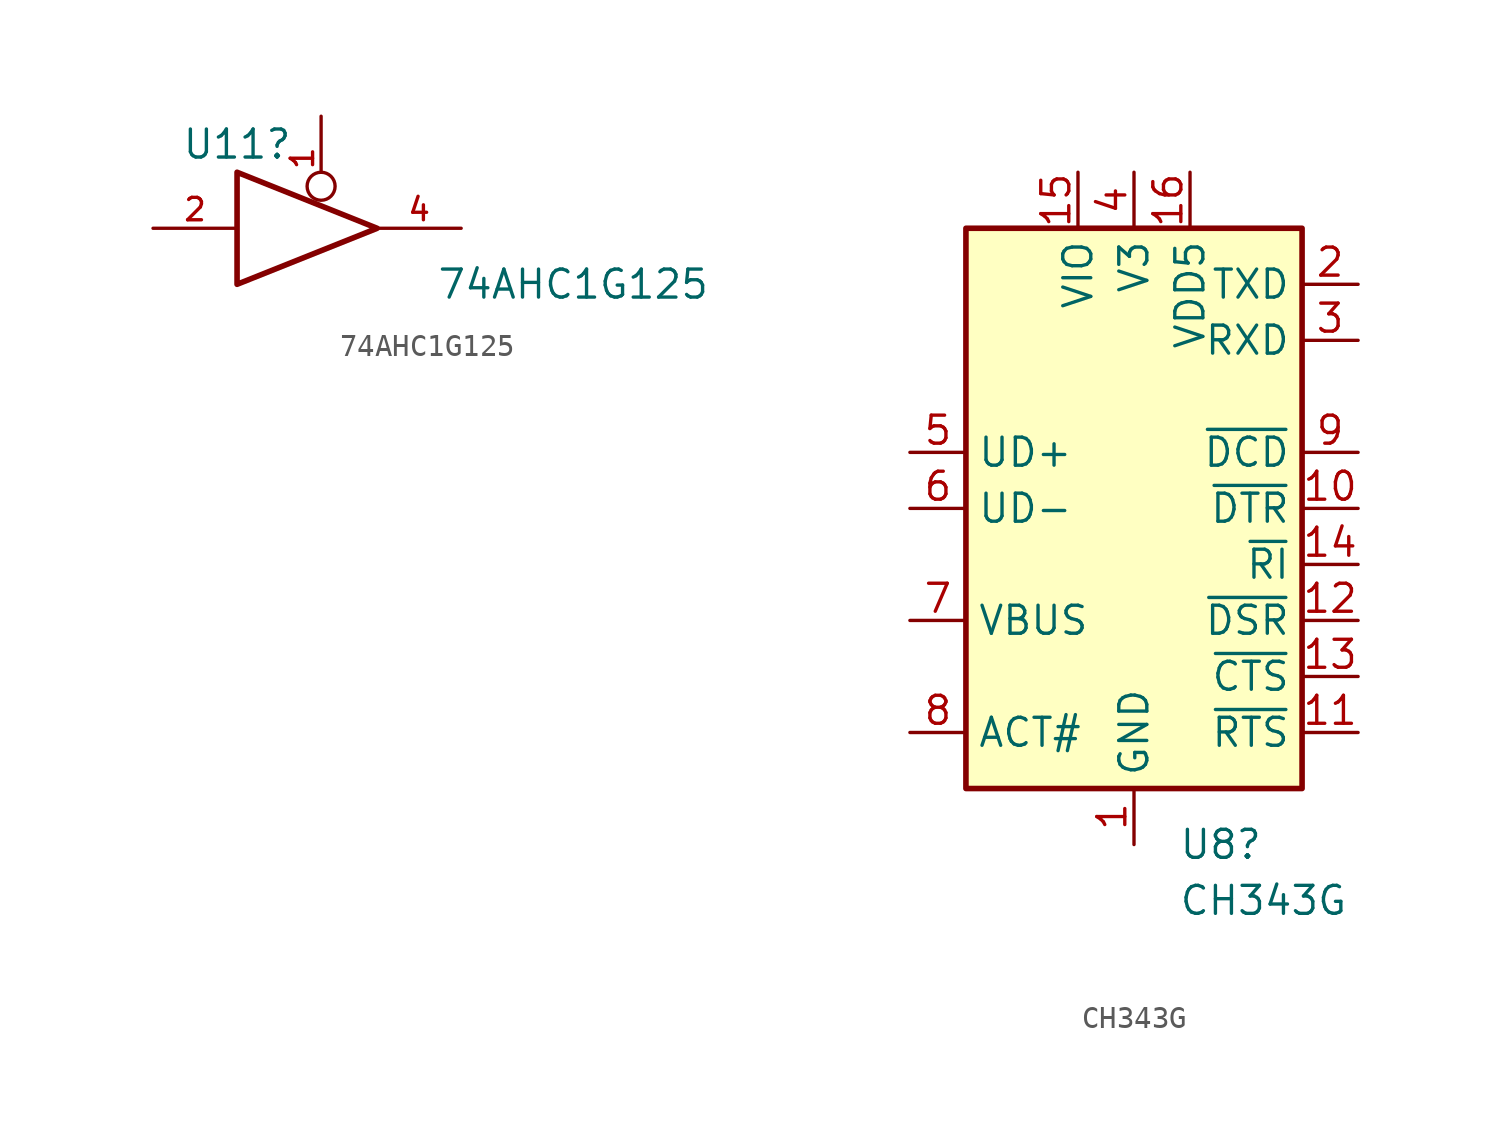
<source format=kicad_sym>
(kicad_symbol_lib
  (version 20220914)
  (generator kicad_symbol_editor)
  (symbol "74AHC1G125"
    (pin_names
      (offset 1.016))
    (property "Reference" "U11"
      (at -3.81 3.81 0)
      (effects (font (size 1.27 1.27))))
    (property "Value" "74AHC1G125"
      (at 11.43 -2.54 0)
      (effects (font (size 1.27 1.27))))
    (symbol "74AHC1G125_0_1"
      (polyline (pts (xy -3.81 2.54) (xy -3.81 -2.54) (xy 2.54 0) (xy -3.81 2.54)) (stroke (width 0.254) (type default)) (fill (type none))))
    (symbol "74AHC1G125_1_1"
      (pin input inverted (at 0 5.08 270) (length 3.81) (name "~" (effects (font (size 1.016 1.016)))) (number "1" (effects (font (size 1.016 1.016)))))
      (pin input line (at -7.62 0 0) (length 3.81) (name "~" (effects (font (size 1.016 1.016)))) (number "2" (effects (font (size 1.016 1.016)))))
      (pin power_in line (at 1.27 -1.27 270) (length 0) hide (name "GND" (effects (font (size 1.016 1.016)))) (number "3" (effects (font (size 1.016 1.016)))))
      (pin tri_state line (at 6.35 0 180) (length 3.81) (name "~" (effects (font (size 1.016 1.016)))) (number "4" (effects (font (size 1.016 1.016)))))
      (pin power_in line (at 1.27 1.27 90) (length 0) hide (name "VCC" (effects (font (size 1.016 1.016)))) (number "5" (effects (font (size 1.016 1.016)))))))
  (symbol "CH343G"
    (property "Reference" "U8"
      (at 2.019 -15.24 0)
      (effects (font (size 1.27 1.27)) (justify left)))
    (property "Value" "CH343G"
      (at 2.019 -17.78 0)
      (effects (font (size 1.27 1.27)) (justify left)))
    (symbol "CH343G_0_1"
      (rectangle (start -7.62 12.7) (end 7.62 -12.7) (stroke (width 0.254) (type default)) (fill (type background))))
    (symbol "CH343G_1_1"
      (pin power_in line (at 0 -15.24 90) (length 2.54) (name "GND" (effects (font (size 1.27 1.27)))) (number "1" (effects (font (size 1.27 1.27)))))
      (pin output line (at 10.16 0 180) (length 2.54) (name "~{DTR}" (effects (font (size 1.27 1.27)))) (number "10" (effects (font (size 1.27 1.27)))))
      (pin output line (at 10.16 -10.16 180) (length 2.54) (name "~{RTS}" (effects (font (size 1.27 1.27)))) (number "11" (effects (font (size 1.27 1.27)))))
      (pin input line (at 10.16 -5.08 180) (length 2.54) (name "~{DSR}" (effects (font (size 1.27 1.27)))) (number "12" (effects (font (size 1.27 1.27)))))
      (pin input line (at 10.16 -7.62 180) (length 2.54) (name "~{CTS}" (effects (font (size 1.27 1.27)))) (number "13" (effects (font (size 1.27 1.27)))))
      (pin input line (at 10.16 -2.54 180) (length 2.54) (name "~{RI}" (effects (font (size 1.27 1.27)))) (number "14" (effects (font (size 1.27 1.27)))))
      (pin power_in line (at -2.54 15.24 270) (length 2.54) (name "VIO" (effects (font (size 1.27 1.27)))) (number "15" (effects (font (size 1.27 1.27)))))
      (pin power_in line (at 2.54 15.24 270) (length 2.54) (name "VDD5" (effects (font (size 1.27 1.27)))) (number "16" (effects (font (size 1.27 1.27)))))
      (pin output line (at 10.16 10.16 180) (length 2.54) (name "TXD" (effects (font (size 1.27 1.27)))) (number "2" (effects (font (size 1.27 1.27)))))
      (pin input line (at 10.16 7.62 180) (length 2.54) (name "RXD" (effects (font (size 1.27 1.27)))) (number "3" (effects (font (size 1.27 1.27)))))
      (pin passive line (at 0 15.24 270) (length 2.54) (name "V3" (effects (font (size 1.27 1.27)))) (number "4" (effects (font (size 1.27 1.27)))))
      (pin bidirectional line (at -10.16 2.54 0) (length 2.54) (name "UD+" (effects (font (size 1.27 1.27)))) (number "5" (effects (font (size 1.27 1.27)))))
      (pin bidirectional line (at -10.16 0 0) (length 2.54) (name "UD-" (effects (font (size 1.27 1.27)))) (number "6" (effects (font (size 1.27 1.27)))))
      (pin input line (at -10.16 -5.08 0) (length 2.54) (name "VBUS" (effects (font (size 1.27 1.27)))) (number "7" (effects (font (size 1.27 1.27)))))
      (pin output line (at -10.16 -10.16 0) (length 2.54) (name "ACT#" (effects (font (size 1.27 1.27)))) (number "8" (effects (font (size 1.27 1.27)))))
      (pin input line (at 10.16 2.54 180) (length 2.54) (name "~{DCD}" (effects (font (size 1.27 1.27)))) (number "9" (effects (font (size 1.27 1.27))))))))
</source>
